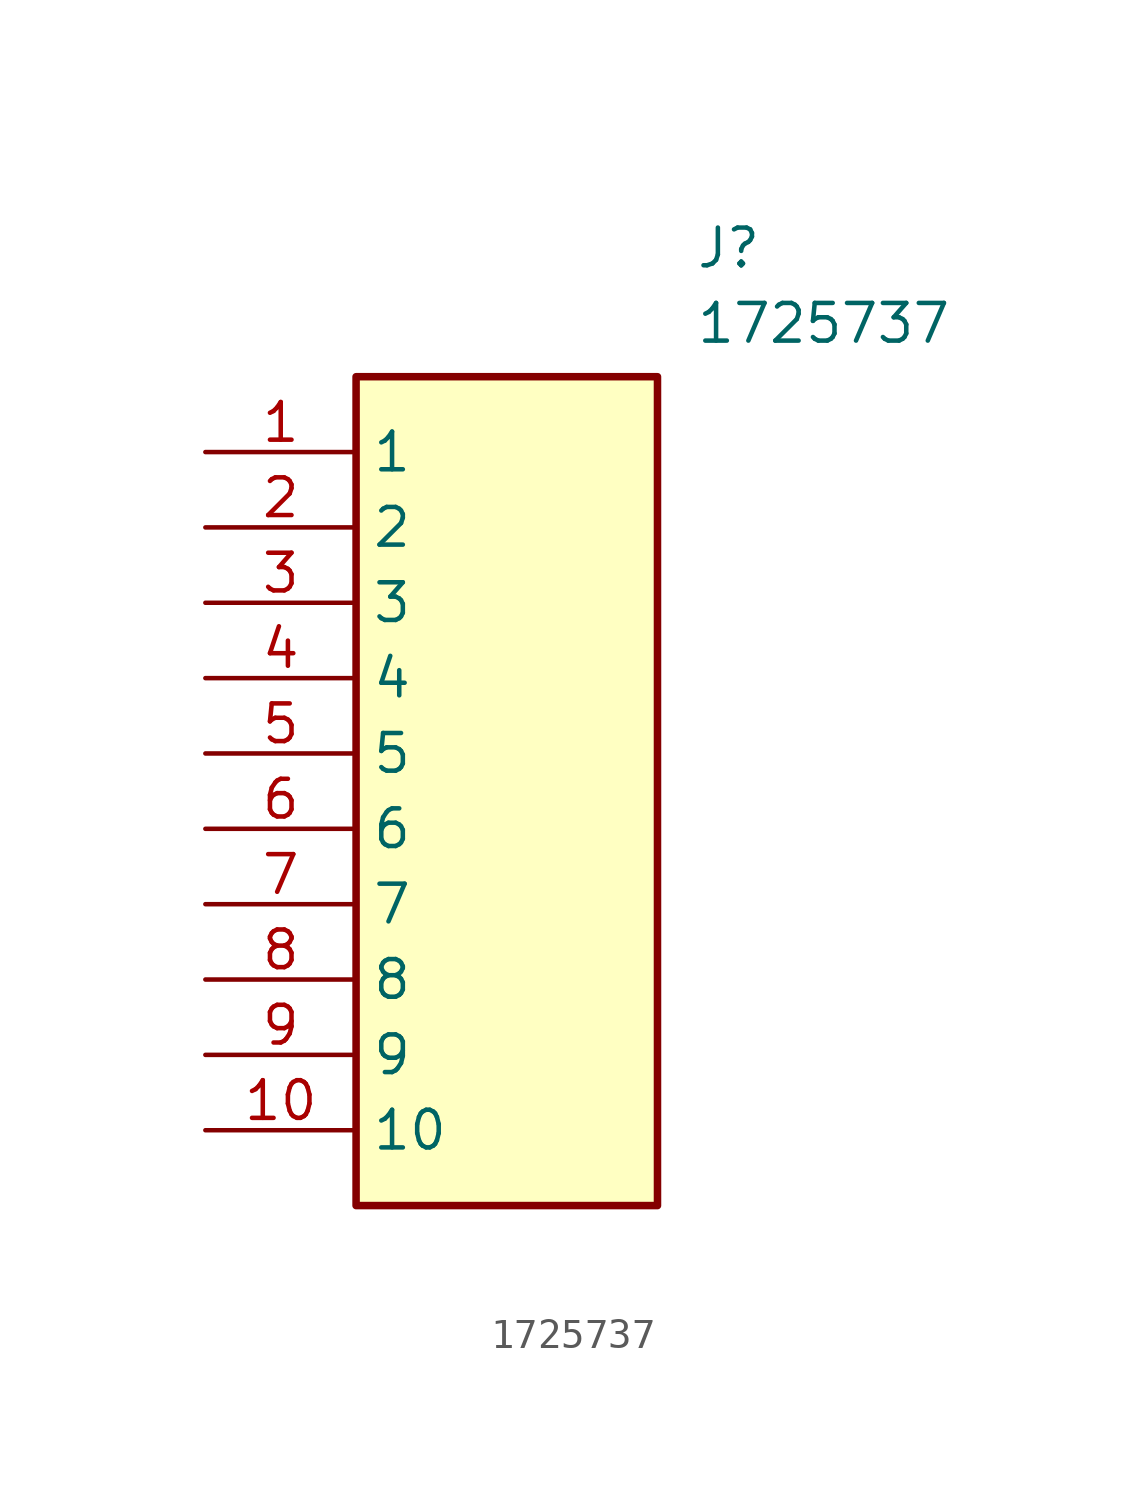
<source format=kicad_sym>
(kicad_symbol_lib
  (version 20211014)
  (generator SamacSys_ECAD_Model)
  (symbol "1725737"
    (property "Reference" "J"
      (at 16.51 7.62 0)
      (effects (font (size 1.27 1.27)) (justify left top)))
    (property "Value" "1725737"
      (at 16.51 5.08 0)
      (effects (font (size 1.27 1.27)) (justify left top)))
    (rectangle
      (start 5.08 2.54)
      (end 15.24 -25.4)
      (stroke (width 0.254) (type default))
      (fill (type background)))
    (pin passive line
      (at 0 0 0)
      (length 5.08)
      (name "1" (effects (font (size 1.27 1.27))))
      (number "1" (effects (font (size 1.27 1.27)))))
    (pin passive line
      (at 0 -2.54 0)
      (length 5.08)
      (name "2" (effects (font (size 1.27 1.27))))
      (number "2" (effects (font (size 1.27 1.27)))))
    (pin passive line
      (at 0 -5.08 0)
      (length 5.08)
      (name "3" (effects (font (size 1.27 1.27))))
      (number "3" (effects (font (size 1.27 1.27)))))
    (pin passive line
      (at 0 -7.62 0)
      (length 5.08)
      (name "4" (effects (font (size 1.27 1.27))))
      (number "4" (effects (font (size 1.27 1.27)))))
    (pin passive line
      (at 0 -10.16 0)
      (length 5.08)
      (name "5" (effects (font (size 1.27 1.27))))
      (number "5" (effects (font (size 1.27 1.27)))))
    (pin passive line
      (at 0 -12.7 0)
      (length 5.08)
      (name "6" (effects (font (size 1.27 1.27))))
      (number "6" (effects (font (size 1.27 1.27)))))
    (pin passive line
      (at 0 -15.24 0)
      (length 5.08)
      (name "7" (effects (font (size 1.27 1.27))))
      (number "7" (effects (font (size 1.27 1.27)))))
    (pin passive line
      (at 0 -17.78 0)
      (length 5.08)
      (name "8" (effects (font (size 1.27 1.27))))
      (number "8" (effects (font (size 1.27 1.27)))))
    (pin passive line
      (at 0 -20.32 0)
      (length 5.08)
      (name "9" (effects (font (size 1.27 1.27))))
      (number "9" (effects (font (size 1.27 1.27)))))
    (pin passive line
      (at 0 -22.86 0)
      (length 5.08)
      (name "10" (effects (font (size 1.27 1.27))))
      (number "10" (effects (font (size 1.27 1.27)))))))
</source>
